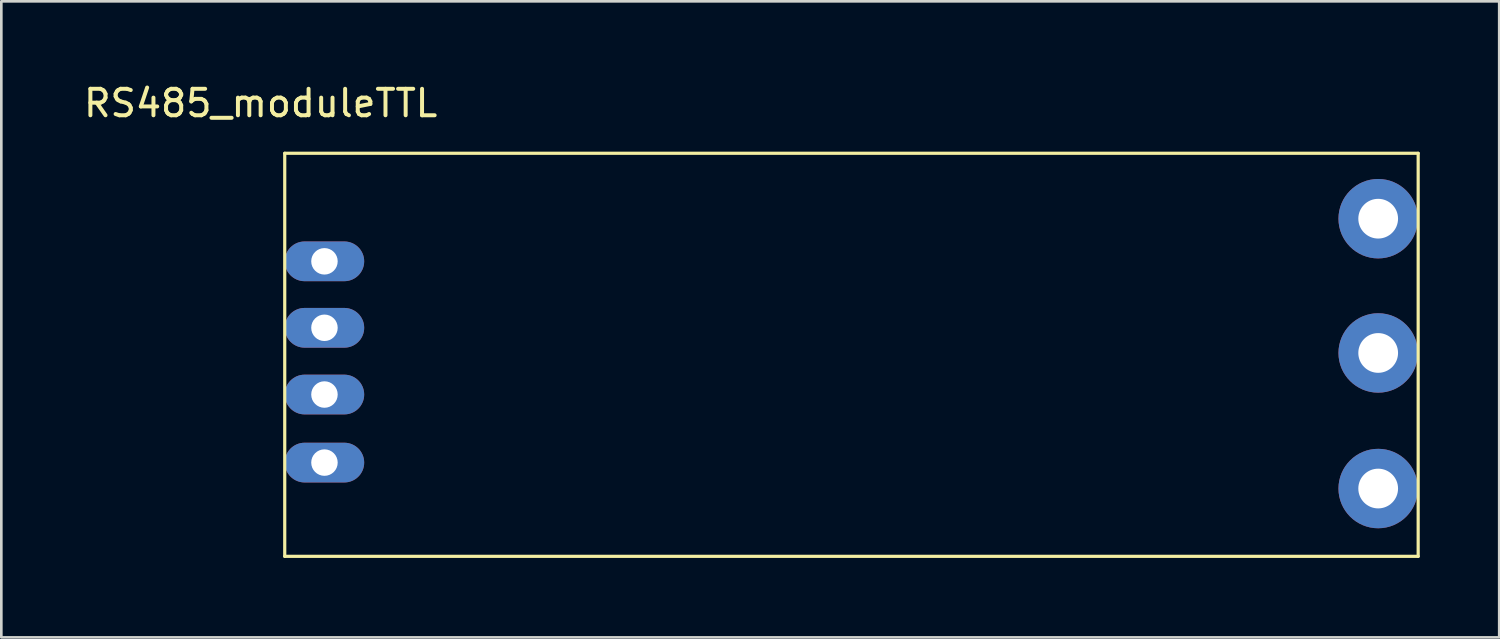
<source format=kicad_pcb>
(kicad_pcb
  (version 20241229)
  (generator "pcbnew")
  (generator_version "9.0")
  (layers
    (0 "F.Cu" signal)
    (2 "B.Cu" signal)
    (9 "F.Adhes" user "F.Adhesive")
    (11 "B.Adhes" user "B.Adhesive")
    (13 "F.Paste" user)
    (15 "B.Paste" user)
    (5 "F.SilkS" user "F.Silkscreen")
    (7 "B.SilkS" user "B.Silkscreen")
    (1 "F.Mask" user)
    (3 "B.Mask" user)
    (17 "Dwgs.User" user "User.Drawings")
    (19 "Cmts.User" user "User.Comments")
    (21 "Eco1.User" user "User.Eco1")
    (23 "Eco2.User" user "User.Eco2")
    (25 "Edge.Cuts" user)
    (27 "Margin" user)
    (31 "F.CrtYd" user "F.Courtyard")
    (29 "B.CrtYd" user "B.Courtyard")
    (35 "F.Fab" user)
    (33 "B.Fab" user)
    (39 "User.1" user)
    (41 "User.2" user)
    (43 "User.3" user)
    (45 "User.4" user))
  (footprint "RS485_moduleTTL"
    (layer "F.Cu")
    (at 5.392 1.048)
    (property "Reference" "RS485_moduleTTL" (at 1.4 -0.2 0) (layer "F.SilkS") (effects (font (size 1 1) (thickness 0.15))))
    (attr through_hole)
    (fp_line (start 2.31 1.69) (end 2.31 16.91) (stroke (width 0.12) (type solid)) (layer "F.SilkS"))
    (fp_line (start 2.31 1.69) (end 45.11 1.69) (stroke (width 0.12) (type solid)) (layer "F.SilkS"))
    (fp_line (start 2.31 16.91) (end 45.11 16.91) (stroke (width 0.12) (type solid)) (layer "F.SilkS"))
    (fp_line (start 45.11 1.69) (end 45.11 16.91) (stroke (width 0.12) (type solid)) (layer "F.SilkS"))
    (pad "1" thru_hole oval (at 3.81 5.77) (size 3 1.5) (drill 1) (layers "*.Cu" "*.Mask"))
    (pad "2" thru_hole oval (at 3.81 8.28) (size 3 1.5) (drill 1) (layers "*.Cu" "*.Mask"))
    (pad "3" thru_hole oval (at 3.81 10.8) (size 3 1.5) (drill 1) (layers "*.Cu" "*.Mask"))
    (pad "4" thru_hole oval (at 3.81 13.37) (size 3 1.5) (drill 1) (layers "*.Cu" "*.Mask"))
    (pad "5" thru_hole circle (at 43.6 4.16) (size 3 3) (drill 1.5) (layers "*.Cu" "*.Mask"))
    (pad "6" thru_hole circle (at 43.6 9.23) (size 3 3) (drill 1.5) (layers "*.Cu" "*.Mask"))
    (pad "7" thru_hole circle (at 43.6 14.35) (size 3 3) (drill 1.5) (layers "*.Cu" "*.Mask")))
  (gr_rect
    (start -3 -3)
    (end 53.562 21.018)
    (stroke (width 0.1) (type default))
    (fill no)
    (layer "Edge.Cuts")))
</source>
